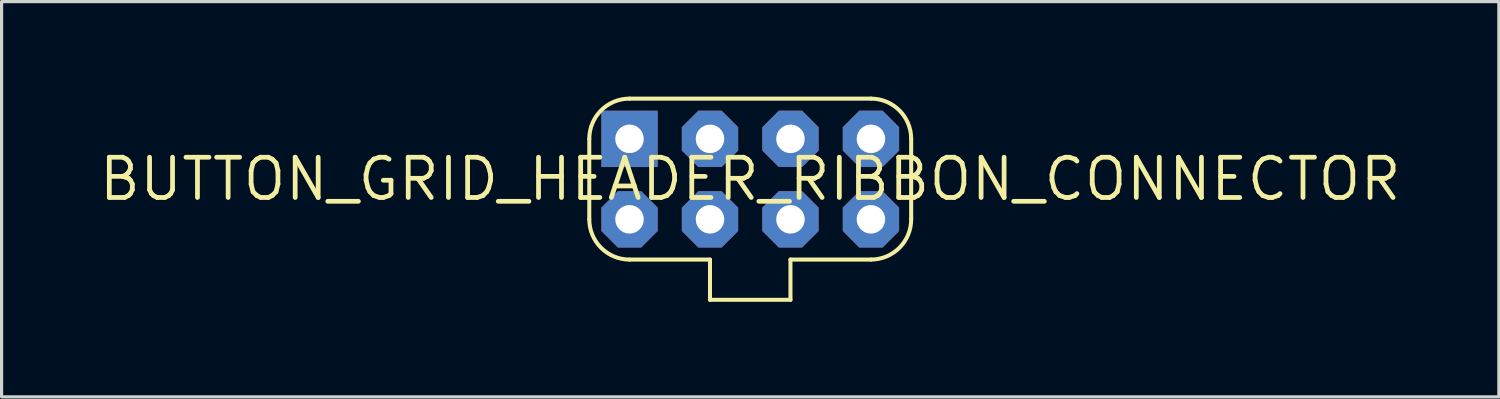
<source format=kicad_pcb>
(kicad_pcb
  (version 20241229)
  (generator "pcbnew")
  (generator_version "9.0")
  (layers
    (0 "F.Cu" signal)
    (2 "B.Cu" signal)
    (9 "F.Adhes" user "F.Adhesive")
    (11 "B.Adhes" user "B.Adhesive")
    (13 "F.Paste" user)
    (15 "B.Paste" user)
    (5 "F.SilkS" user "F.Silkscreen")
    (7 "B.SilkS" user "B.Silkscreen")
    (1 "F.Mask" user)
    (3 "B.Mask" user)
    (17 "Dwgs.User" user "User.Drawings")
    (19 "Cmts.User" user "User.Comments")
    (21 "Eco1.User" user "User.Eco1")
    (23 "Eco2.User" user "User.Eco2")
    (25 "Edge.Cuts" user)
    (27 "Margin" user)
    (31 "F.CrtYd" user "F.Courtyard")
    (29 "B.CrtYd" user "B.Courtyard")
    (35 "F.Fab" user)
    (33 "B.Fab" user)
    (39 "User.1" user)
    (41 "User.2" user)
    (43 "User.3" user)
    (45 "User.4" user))
  (footprint "BUTTON_GRID_HEADER_RIBBON_CONNECTOR"
    (layer "F.Cu")
    (at 20.63 2.603)
    (property "Reference" "BUTTON_GRID_HEADER_RIBBON_CONNECTOR" (at 0 0 0) (layer "F.SilkS") (effects (font (size 1.27 1.27) (thickness 0.15))))
    (fp_line (start -5.08 -1.27) (end -5.08 1.27) (stroke (width 0.127) (type solid)) (layer "F.SilkS"))
    (fp_line (start -3.81 -2.54) (end 3.81 -2.54) (stroke (width 0.127) (type solid)) (layer "F.SilkS"))
    (fp_line (start -3.81 2.54) (end -1.27 2.54) (stroke (width 0.127) (type solid)) (layer "F.SilkS"))
    (fp_line (start -1.27 2.54) (end -1.27 3.81) (stroke (width 0.127) (type solid)) (layer "F.SilkS"))
    (fp_line (start -1.27 3.81) (end 1.27 3.81) (stroke (width 0.127) (type solid)) (layer "F.SilkS"))
    (fp_line (start 1.27 2.54) (end 3.81 2.54) (stroke (width 0.127) (type solid)) (layer "F.SilkS"))
    (fp_line (start 1.27 3.81) (end 1.27 2.54) (stroke (width 0.127) (type solid)) (layer "F.SilkS"))
    (fp_line (start 5.08 -1.27) (end 5.08 1.27) (stroke (width 0.127) (type solid)) (layer "F.SilkS"))
    (fp_arc (start -5.08 -1.27) (mid -4.708026 -2.168026) (end -3.81 -2.54) (stroke (width 0.127) (type solid)) (layer "F.SilkS"))
    (fp_arc (start -3.81 2.54) (mid -4.708026 2.168026) (end -5.08 1.27) (stroke (width 0.127) (type solid)) (layer "F.SilkS"))
    (fp_arc (start 3.81 -2.54) (mid 4.708026 -2.168026) (end 5.08 -1.27) (stroke (width 0.127) (type solid)) (layer "F.SilkS"))
    (fp_arc (start 5.08 1.27) (mid 4.708026 2.168026) (end 3.81 2.54) (stroke (width 0.127) (type solid)) (layer "F.SilkS"))
    (pad "P1" thru_hole rect (at -3.81 -1.27) (size 1.778 1.778) (drill 0.9) (layers "*.Cu" "*.Mask"))
    (pad "P2" thru_hole roundrect (at -1.27 -1.27) (size 1.778 1.778) (drill 0.9) (layers "*.Cu" "*.Mask") (roundrect_rratio 0.25) (chamfer_ratio 0.293) (chamfer top_left top_right bottom_left bottom_right))
    (pad "P3" thru_hole roundrect (at 1.27 -1.27) (size 1.778 1.778) (drill 0.9) (layers "*.Cu" "*.Mask") (roundrect_rratio 0.25) (chamfer_ratio 0.293) (chamfer top_left top_right bottom_left bottom_right))
    (pad "P4" thru_hole roundrect (at 3.81 -1.27) (size 1.778 1.778) (drill 0.9) (layers "*.Cu" "*.Mask") (roundrect_rratio 0.25) (chamfer_ratio 0.293) (chamfer top_left top_right bottom_left bottom_right))
    (pad "PA" thru_hole roundrect (at -3.81 1.27) (size 1.778 1.778) (drill 0.9) (layers "*.Cu" "*.Mask") (roundrect_rratio 0.25) (chamfer_ratio 0.293) (chamfer top_left top_right bottom_left bottom_right))
    (pad "PB" thru_hole roundrect (at -1.27 1.27) (size 1.778 1.778) (drill 0.9) (layers "*.Cu" "*.Mask") (roundrect_rratio 0.25) (chamfer_ratio 0.293) (chamfer top_left top_right bottom_left bottom_right))
    (pad "PC" thru_hole roundrect (at 1.27 1.27) (size 1.778 1.778) (drill 0.9) (layers "*.Cu" "*.Mask") (roundrect_rratio 0.25) (chamfer_ratio 0.293) (chamfer top_left top_right bottom_left bottom_right))
    (pad "PD" thru_hole roundrect (at 3.81 1.27) (size 1.778 1.778) (drill 0.9) (layers "*.Cu" "*.Mask") (roundrect_rratio 0.25) (chamfer_ratio 0.293) (chamfer top_left top_right bottom_left bottom_right)))
  (gr_rect
    (start -3 -3)
    (end 44.259 9.477)
    (stroke (width 0.1) (type default))
    (fill no)
    (layer "Edge.Cuts")))
</source>
